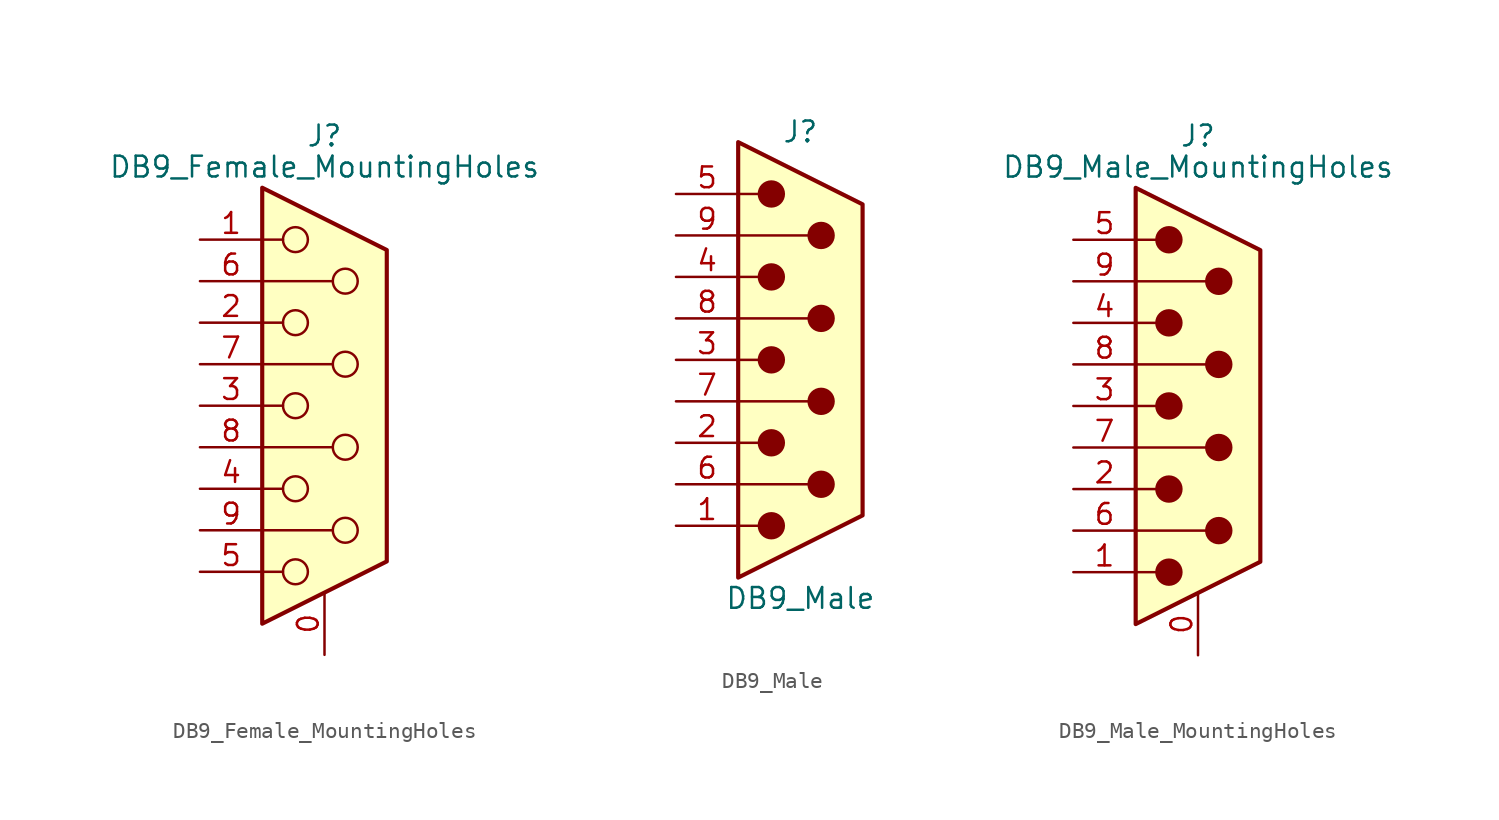
<source format=kicad_sym>
(kicad_symbol_lib
  (version 20220914)
  (generator kicad_symbol_editor)
  (symbol "DB9_Female_MountingHoles"
    (pin_names
      (offset 1.016) hide)
    (property "Reference" "J"
      (at 0 16.51 0)
      (effects (font (size 1.27 1.27))))
    (property "Value" "DB9_Female_MountingHoles"
      (at 0 14.605 0)
      (effects (font (size 1.27 1.27))))
    (symbol "DB9_Female_MountingHoles_0_1"
      (circle (center -1.778 -10.16) (radius 0.762) (stroke (width 0) (type solid)) (fill (type none)))
      (circle (center -1.778 -5.08) (radius 0.762) (stroke (width 0) (type solid)) (fill (type none)))
      (circle (center -1.778 0) (radius 0.762) (stroke (width 0) (type solid)) (fill (type none)))
      (circle (center -1.778 5.08) (radius 0.762) (stroke (width 0) (type solid)) (fill (type none)))
      (circle (center -1.778 10.16) (radius 0.762) (stroke (width 0) (type solid)) (fill (type none)))
      (polyline (pts (xy -3.81 -10.16) (xy -2.54 -10.16)) (stroke (width 0) (type solid)) (fill (type none)))
      (polyline (pts (xy -3.81 -7.62) (xy 0.508 -7.62)) (stroke (width 0) (type solid)) (fill (type none)))
      (polyline (pts (xy -3.81 -5.08) (xy -2.54 -5.08)) (stroke (width 0) (type solid)) (fill (type none)))
      (polyline (pts (xy -3.81 -2.54) (xy 0.508 -2.54)) (stroke (width 0) (type solid)) (fill (type none)))
      (polyline (pts (xy -3.81 0) (xy -2.54 0)) (stroke (width 0) (type solid)) (fill (type none)))
      (polyline (pts (xy -3.81 2.54) (xy 0.508 2.54)) (stroke (width 0) (type solid)) (fill (type none)))
      (polyline (pts (xy -3.81 5.08) (xy -2.54 5.08)) (stroke (width 0) (type solid)) (fill (type none)))
      (polyline (pts (xy -3.81 7.62) (xy 0.508 7.62)) (stroke (width 0) (type solid)) (fill (type none)))
      (polyline (pts (xy -3.81 10.16) (xy -2.54 10.16)) (stroke (width 0) (type solid)) (fill (type none)))
      (polyline (pts (xy -3.81 13.335) (xy -3.81 -13.335) (xy 3.81 -9.525) (xy 3.81 9.525) (xy -3.81 13.335)) (stroke (width 0.254) (type solid)) (fill (type background)))
      (circle (center 1.27 -7.62) (radius 0.762) (stroke (width 0) (type solid)) (fill (type none)))
      (circle (center 1.27 -2.54) (radius 0.762) (stroke (width 0) (type solid)) (fill (type none)))
      (circle (center 1.27 2.54) (radius 0.762) (stroke (width 0) (type solid)) (fill (type none)))
      (circle (center 1.27 7.62) (radius 0.762) (stroke (width 0) (type solid)) (fill (type none))))
    (symbol "DB9_Female_MountingHoles_1_1"
      (pin passive line (at 0 -15.24 90) (length 3.81) (name "PAD" (effects (font (size 1.27 1.27)))) (number "0" (effects (font (size 1.27 1.27)))))
      (pin passive line (at -7.62 10.16 0) (length 3.81) (name "1" (effects (font (size 1.27 1.27)))) (number "1" (effects (font (size 1.27 1.27)))))
      (pin passive line (at -7.62 5.08 0) (length 3.81) (name "2" (effects (font (size 1.27 1.27)))) (number "2" (effects (font (size 1.27 1.27)))))
      (pin passive line (at -7.62 0 0) (length 3.81) (name "3" (effects (font (size 1.27 1.27)))) (number "3" (effects (font (size 1.27 1.27)))))
      (pin passive line (at -7.62 -5.08 0) (length 3.81) (name "4" (effects (font (size 1.27 1.27)))) (number "4" (effects (font (size 1.27 1.27)))))
      (pin passive line (at -7.62 -10.16 0) (length 3.81) (name "5" (effects (font (size 1.27 1.27)))) (number "5" (effects (font (size 1.27 1.27)))))
      (pin passive line (at -7.62 7.62 0) (length 3.81) (name "6" (effects (font (size 1.27 1.27)))) (number "6" (effects (font (size 1.27 1.27)))))
      (pin passive line (at -7.62 2.54 0) (length 3.81) (name "7" (effects (font (size 1.27 1.27)))) (number "7" (effects (font (size 1.27 1.27)))))
      (pin passive line (at -7.62 -2.54 0) (length 3.81) (name "8" (effects (font (size 1.27 1.27)))) (number "8" (effects (font (size 1.27 1.27)))))
      (pin passive line (at -7.62 -7.62 0) (length 3.81) (name "9" (effects (font (size 1.27 1.27)))) (number "9" (effects (font (size 1.27 1.27)))))))
  (symbol "DB9_Male"
    (pin_names
      (offset 1.016) hide)
    (property "Reference" "J"
      (at 0 13.97 0)
      (effects (font (size 1.27 1.27))))
    (property "Value" "DB9_Male"
      (at 0 -14.605 0)
      (effects (font (size 1.27 1.27))))
    (symbol "DB9_Male_0_1"
      (circle (center -1.778 -10.16) (radius 0.762) (stroke (width 0) (type solid)) (fill (type outline)))
      (circle (center -1.778 -5.08) (radius 0.762) (stroke (width 0) (type solid)) (fill (type outline)))
      (circle (center -1.778 0) (radius 0.762) (stroke (width 0) (type solid)) (fill (type outline)))
      (circle (center -1.778 5.08) (radius 0.762) (stroke (width 0) (type solid)) (fill (type outline)))
      (circle (center -1.778 10.16) (radius 0.762) (stroke (width 0) (type solid)) (fill (type outline)))
      (polyline (pts (xy -3.81 -10.16) (xy -2.54 -10.16)) (stroke (width 0) (type solid)) (fill (type none)))
      (polyline (pts (xy -3.81 -7.62) (xy 0.508 -7.62)) (stroke (width 0) (type solid)) (fill (type none)))
      (polyline (pts (xy -3.81 -5.08) (xy -2.54 -5.08)) (stroke (width 0) (type solid)) (fill (type none)))
      (polyline (pts (xy -3.81 -2.54) (xy 0.508 -2.54)) (stroke (width 0) (type solid)) (fill (type none)))
      (polyline (pts (xy -3.81 0) (xy -2.54 0)) (stroke (width 0) (type solid)) (fill (type none)))
      (polyline (pts (xy -3.81 2.54) (xy 0.508 2.54)) (stroke (width 0) (type solid)) (fill (type none)))
      (polyline (pts (xy -3.81 5.08) (xy -2.54 5.08)) (stroke (width 0) (type solid)) (fill (type none)))
      (polyline (pts (xy -3.81 7.62) (xy 0.508 7.62)) (stroke (width 0) (type solid)) (fill (type none)))
      (polyline (pts (xy -3.81 10.16) (xy -2.54 10.16)) (stroke (width 0) (type solid)) (fill (type none)))
      (polyline (pts (xy -3.81 -13.335) (xy -3.81 13.335) (xy 3.81 9.525) (xy 3.81 -9.525) (xy -3.81 -13.335)) (stroke (width 0.254) (type solid)) (fill (type background)))
      (circle (center 1.27 -7.62) (radius 0.762) (stroke (width 0) (type solid)) (fill (type outline)))
      (circle (center 1.27 -2.54) (radius 0.762) (stroke (width 0) (type solid)) (fill (type outline)))
      (circle (center 1.27 2.54) (radius 0.762) (stroke (width 0) (type solid)) (fill (type outline)))
      (circle (center 1.27 7.62) (radius 0.762) (stroke (width 0) (type solid)) (fill (type outline))))
    (symbol "DB9_Male_1_1"
      (pin passive line (at -7.62 -10.16 0) (length 3.81) (name "1" (effects (font (size 1.27 1.27)))) (number "1" (effects (font (size 1.27 1.27)))))
      (pin passive line (at -7.62 -5.08 0) (length 3.81) (name "2" (effects (font (size 1.27 1.27)))) (number "2" (effects (font (size 1.27 1.27)))))
      (pin passive line (at -7.62 0 0) (length 3.81) (name "3" (effects (font (size 1.27 1.27)))) (number "3" (effects (font (size 1.27 1.27)))))
      (pin passive line (at -7.62 5.08 0) (length 3.81) (name "4" (effects (font (size 1.27 1.27)))) (number "4" (effects (font (size 1.27 1.27)))))
      (pin passive line (at -7.62 10.16 0) (length 3.81) (name "5" (effects (font (size 1.27 1.27)))) (number "5" (effects (font (size 1.27 1.27)))))
      (pin passive line (at -7.62 -7.62 0) (length 3.81) (name "6" (effects (font (size 1.27 1.27)))) (number "6" (effects (font (size 1.27 1.27)))))
      (pin passive line (at -7.62 -2.54 0) (length 3.81) (name "7" (effects (font (size 1.27 1.27)))) (number "7" (effects (font (size 1.27 1.27)))))
      (pin passive line (at -7.62 2.54 0) (length 3.81) (name "8" (effects (font (size 1.27 1.27)))) (number "8" (effects (font (size 1.27 1.27)))))
      (pin passive line (at -7.62 7.62 0) (length 3.81) (name "9" (effects (font (size 1.27 1.27)))) (number "9" (effects (font (size 1.27 1.27)))))))
  (symbol "DB9_Male_MountingHoles"
    (pin_names
      (offset 1.016) hide)
    (property "Reference" "J"
      (at 0 16.51 0)
      (effects (font (size 1.27 1.27))))
    (property "Value" "DB9_Male_MountingHoles"
      (at 0 14.605 0)
      (effects (font (size 1.27 1.27))))
    (symbol "DB9_Male_MountingHoles_0_1"
      (circle (center -1.778 -10.16) (radius 0.762) (stroke (width 0) (type solid)) (fill (type outline)))
      (circle (center -1.778 -5.08) (radius 0.762) (stroke (width 0) (type solid)) (fill (type outline)))
      (circle (center -1.778 0) (radius 0.762) (stroke (width 0) (type solid)) (fill (type outline)))
      (circle (center -1.778 5.08) (radius 0.762) (stroke (width 0) (type solid)) (fill (type outline)))
      (circle (center -1.778 10.16) (radius 0.762) (stroke (width 0) (type solid)) (fill (type outline)))
      (polyline (pts (xy -3.81 -10.16) (xy -2.54 -10.16)) (stroke (width 0) (type solid)) (fill (type none)))
      (polyline (pts (xy -3.81 -7.62) (xy 0.508 -7.62)) (stroke (width 0) (type solid)) (fill (type none)))
      (polyline (pts (xy -3.81 -5.08) (xy -2.54 -5.08)) (stroke (width 0) (type solid)) (fill (type none)))
      (polyline (pts (xy -3.81 -2.54) (xy 0.508 -2.54)) (stroke (width 0) (type solid)) (fill (type none)))
      (polyline (pts (xy -3.81 0) (xy -2.54 0)) (stroke (width 0) (type solid)) (fill (type none)))
      (polyline (pts (xy -3.81 2.54) (xy 0.508 2.54)) (stroke (width 0) (type solid)) (fill (type none)))
      (polyline (pts (xy -3.81 5.08) (xy -2.54 5.08)) (stroke (width 0) (type solid)) (fill (type none)))
      (polyline (pts (xy -3.81 7.62) (xy 0.508 7.62)) (stroke (width 0) (type solid)) (fill (type none)))
      (polyline (pts (xy -3.81 10.16) (xy -2.54 10.16)) (stroke (width 0) (type solid)) (fill (type none)))
      (polyline (pts (xy -3.81 -13.335) (xy -3.81 13.335) (xy 3.81 9.525) (xy 3.81 -9.525) (xy -3.81 -13.335)) (stroke (width 0.254) (type solid)) (fill (type background)))
      (circle (center 1.27 -7.62) (radius 0.762) (stroke (width 0) (type solid)) (fill (type outline)))
      (circle (center 1.27 -2.54) (radius 0.762) (stroke (width 0) (type solid)) (fill (type outline)))
      (circle (center 1.27 2.54) (radius 0.762) (stroke (width 0) (type solid)) (fill (type outline)))
      (circle (center 1.27 7.62) (radius 0.762) (stroke (width 0) (type solid)) (fill (type outline))))
    (symbol "DB9_Male_MountingHoles_1_1"
      (pin passive line (at 0 -15.24 90) (length 3.81) (name "PAD" (effects (font (size 1.27 1.27)))) (number "0" (effects (font (size 1.27 1.27)))))
      (pin passive line (at -7.62 -10.16 0) (length 3.81) (name "1" (effects (font (size 1.27 1.27)))) (number "1" (effects (font (size 1.27 1.27)))))
      (pin passive line (at -7.62 -5.08 0) (length 3.81) (name "2" (effects (font (size 1.27 1.27)))) (number "2" (effects (font (size 1.27 1.27)))))
      (pin passive line (at -7.62 0 0) (length 3.81) (name "3" (effects (font (size 1.27 1.27)))) (number "3" (effects (font (size 1.27 1.27)))))
      (pin passive line (at -7.62 5.08 0) (length 3.81) (name "4" (effects (font (size 1.27 1.27)))) (number "4" (effects (font (size 1.27 1.27)))))
      (pin passive line (at -7.62 10.16 0) (length 3.81) (name "5" (effects (font (size 1.27 1.27)))) (number "5" (effects (font (size 1.27 1.27)))))
      (pin passive line (at -7.62 -7.62 0) (length 3.81) (name "6" (effects (font (size 1.27 1.27)))) (number "6" (effects (font (size 1.27 1.27)))))
      (pin passive line (at -7.62 -2.54 0) (length 3.81) (name "7" (effects (font (size 1.27 1.27)))) (number "7" (effects (font (size 1.27 1.27)))))
      (pin passive line (at -7.62 2.54 0) (length 3.81) (name "8" (effects (font (size 1.27 1.27)))) (number "8" (effects (font (size 1.27 1.27)))))
      (pin passive line (at -7.62 7.62 0) (length 3.81) (name "9" (effects (font (size 1.27 1.27)))) (number "9" (effects (font (size 1.27 1.27))))))))
</source>
